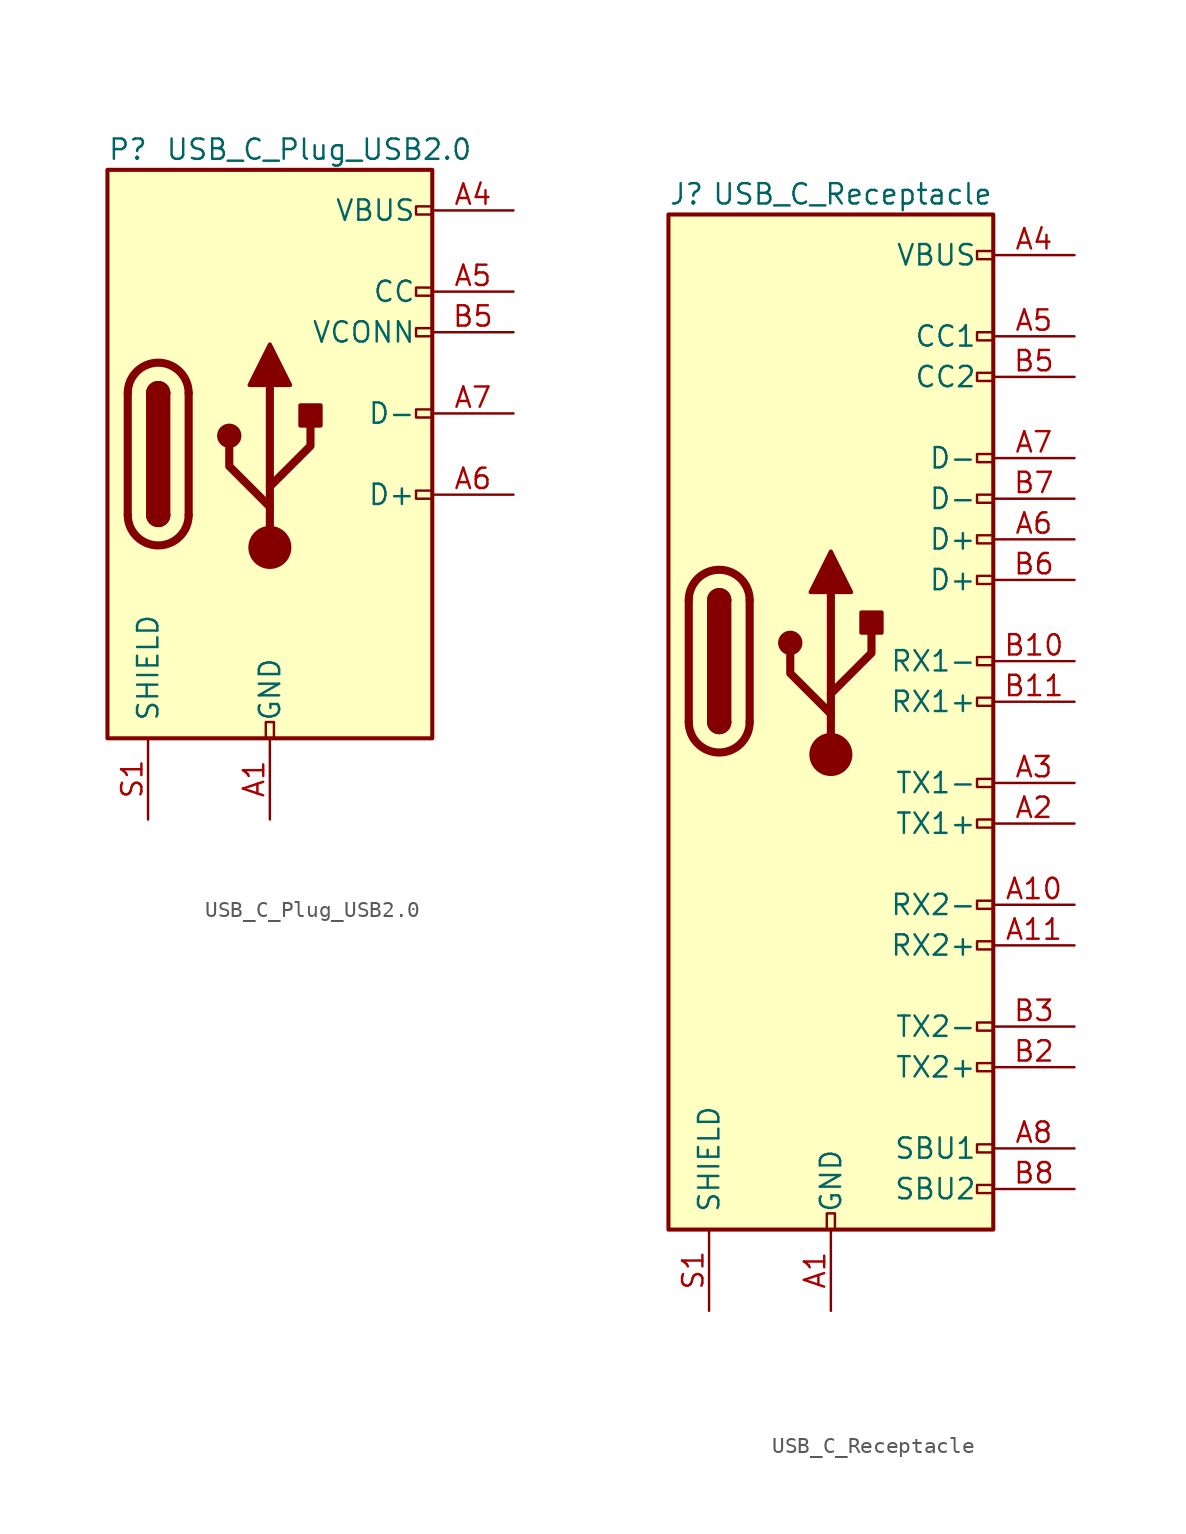
<source format=kicad_sym>
(kicad_symbol_lib
  (version 20210619)
  (generator kicad_symbol_editor)
  (symbol "Connector:USB_C_Plug_USB2.0"
    (pin_names
      (offset 1.016))
    (property "Reference" "P"
      (at -10.16 19.05 0)
      (effects (font (size 1.27 1.27)) (justify left)))
    (property "Value" "USB_C_Plug_USB2.0"
      (at 12.7 19.05 0)
      (effects (font (size 1.27 1.27)) (justify right)))
    (symbol "USB_C_Plug_USB2.0_0_0"
      (rectangle (start -0.254 -17.78) (end 0.254 -16.764) (stroke (width 0)) (fill (type none)))
      (rectangle (start 10.16 -2.286) (end 9.144 -2.794) (stroke (width 0)) (fill (type none)))
      (rectangle (start 10.16 2.794) (end 9.144 2.286) (stroke (width 0)) (fill (type none)))
      (rectangle (start 10.16 7.874) (end 9.144 7.366) (stroke (width 0)) (fill (type none)))
      (rectangle (start 10.16 10.414) (end 9.144 9.906) (stroke (width 0)) (fill (type none)))
      (rectangle (start 10.16 15.494) (end 9.144 14.986) (stroke (width 0)) (fill (type none))))
    (symbol "USB_C_Plug_USB2.0_0_1"
      (arc (start -8.89 -3.81) (end -5.08 -3.81) (radius (at -6.985 -3.81) (length 1.905) (angles -179.9 -0.1)) (stroke (width 0.508)) (fill (type none)))
      (arc (start -7.62 -3.81) (end -6.35 -3.81) (radius (at -6.985 -3.81) (length 0.635) (angles -179.9 -0.1)) (stroke (width 0.254)) (fill (type none)))
      (arc (start -6.35 3.81) (end -7.62 3.81) (radius (at -6.985 3.81) (length 0.635) (angles 0.1 179.9)) (stroke (width 0.254)) (fill (type none)))
      (arc (start -5.08 3.81) (end -8.89 3.81) (radius (at -6.985 3.81) (length 1.905) (angles 0.1 179.9)) (stroke (width 0.508)) (fill (type none)))
      (arc (start -7.62 -3.81) (end -6.35 -3.81) (radius (at -6.985 -3.81) (length 0.635) (angles -179.9 -0.1)) (stroke (width 0.254)) (fill (type outline)))
      (arc (start -6.35 3.81) (end -7.62 3.81) (radius (at -6.985 3.81) (length 0.635) (angles 0.1 179.9)) (stroke (width 0.254)) (fill (type outline)))
      (circle (center -2.54 1.143) (radius 0.635) (stroke (width 0.254)) (fill (type outline)))
      (circle (center 0 -5.842) (radius 1.27) (stroke (width 0)) (fill (type outline)))
      (rectangle (start -7.62 -3.81) (end -6.35 3.81) (stroke (width 0.254)) (fill (type outline)))
      (rectangle (start 1.905 1.778) (end 3.175 3.048) (stroke (width 0.254)) (fill (type outline)))
      (rectangle (start -10.16 17.78) (end 10.16 -17.78) (stroke (width 0.254)) (fill (type background)))
      (polyline (pts (xy -8.89 -3.81) (xy -8.89 3.81)) (stroke (width 0.508)) (fill (type none)))
      (polyline (pts (xy -5.08 3.81) (xy -5.08 -3.81)) (stroke (width 0.508)) (fill (type none)))
      (polyline (pts (xy 0 -5.842) (xy 0 4.318)) (stroke (width 0.508)) (fill (type none)))
      (polyline (pts (xy 0 -3.302) (xy -2.54 -0.762) (xy -2.54 0.508)) (stroke (width 0.508)) (fill (type none)))
      (polyline (pts (xy 0 -2.032) (xy 2.54 0.508) (xy 2.54 1.778)) (stroke (width 0.508)) (fill (type none)))
      (polyline (pts (xy -1.27 4.318) (xy 0 6.858) (xy 1.27 4.318) (xy -1.27 4.318)) (stroke (width 0.254)) (fill (type outline))))
    (symbol "USB_C_Plug_USB2.0_1_1"
      (pin power_in line (at 0 -22.86 90) (length 5.08) (name "GND" (effects (font (size 1.27 1.27)))) (number "A1" (effects (font (size 1.27 1.27)))))
      (pin passive line (at 0 -22.86 90) (length 5.08) hide (name "GND" (effects (font (size 1.27 1.27)))) (number "A12" (effects (font (size 1.27 1.27)))))
      (pin power_in line (at 15.24 15.24 180) (length 5.08) (name "VBUS" (effects (font (size 1.27 1.27)))) (number "A4" (effects (font (size 1.27 1.27)))))
      (pin bidirectional line (at 15.24 10.16 180) (length 5.08) (name "CC" (effects (font (size 1.27 1.27)))) (number "A5" (effects (font (size 1.27 1.27)))))
      (pin bidirectional line (at 15.24 -2.54 180) (length 5.08) (name "D+" (effects (font (size 1.27 1.27)))) (number "A6" (effects (font (size 1.27 1.27)))))
      (pin bidirectional line (at 15.24 2.54 180) (length 5.08) (name "D-" (effects (font (size 1.27 1.27)))) (number "A7" (effects (font (size 1.27 1.27)))))
      (pin passive line (at 15.24 15.24 180) (length 5.08) hide (name "VBUS" (effects (font (size 1.27 1.27)))) (number "A9" (effects (font (size 1.27 1.27)))))
      (pin passive line (at 0 -22.86 90) (length 5.08) hide (name "GND" (effects (font (size 1.27 1.27)))) (number "B1" (effects (font (size 1.27 1.27)))))
      (pin passive line (at 0 -22.86 90) (length 5.08) hide (name "GND" (effects (font (size 1.27 1.27)))) (number "B12" (effects (font (size 1.27 1.27)))))
      (pin passive line (at 15.24 15.24 180) (length 5.08) hide (name "VBUS" (effects (font (size 1.27 1.27)))) (number "B4" (effects (font (size 1.27 1.27)))))
      (pin bidirectional line (at 15.24 7.62 180) (length 5.08) (name "VCONN" (effects (font (size 1.27 1.27)))) (number "B5" (effects (font (size 1.27 1.27)))))
      (pin passive line (at 15.24 15.24 180) (length 5.08) hide (name "VBUS" (effects (font (size 1.27 1.27)))) (number "B9" (effects (font (size 1.27 1.27)))))
      (pin passive line (at -7.62 -22.86 90) (length 5.08) (name "SHIELD" (effects (font (size 1.27 1.27)))) (number "S1" (effects (font (size 1.27 1.27)))))))
  (symbol "Connector:USB_C_Receptacle"
    (pin_names
      (offset 1.016))
    (property "Reference" "J"
      (at -10.16 29.21 0)
      (effects (font (size 1.27 1.27)) (justify left)))
    (property "Value" "USB_C_Receptacle"
      (at 10.16 29.21 0)
      (effects (font (size 1.27 1.27)) (justify right)))
    (symbol "USB_C_Receptacle_0_0"
      (rectangle (start -0.254 -35.56) (end 0.254 -34.544) (stroke (width 0)) (fill (type none)))
      (rectangle (start 10.16 -32.766) (end 9.144 -33.274) (stroke (width 0)) (fill (type none)))
      (rectangle (start 10.16 -30.226) (end 9.144 -30.734) (stroke (width 0)) (fill (type none)))
      (rectangle (start 10.16 -25.146) (end 9.144 -25.654) (stroke (width 0)) (fill (type none)))
      (rectangle (start 10.16 -22.606) (end 9.144 -23.114) (stroke (width 0)) (fill (type none)))
      (rectangle (start 10.16 -17.526) (end 9.144 -18.034) (stroke (width 0)) (fill (type none)))
      (rectangle (start 10.16 -14.986) (end 9.144 -15.494) (stroke (width 0)) (fill (type none)))
      (rectangle (start 10.16 -9.906) (end 9.144 -10.414) (stroke (width 0)) (fill (type none)))
      (rectangle (start 10.16 -7.366) (end 9.144 -7.874) (stroke (width 0)) (fill (type none)))
      (rectangle (start 10.16 -2.286) (end 9.144 -2.794) (stroke (width 0)) (fill (type none)))
      (rectangle (start 10.16 0.254) (end 9.144 -0.254) (stroke (width 0)) (fill (type none)))
      (rectangle (start 10.16 5.334) (end 9.144 4.826) (stroke (width 0)) (fill (type none)))
      (rectangle (start 10.16 7.874) (end 9.144 7.366) (stroke (width 0)) (fill (type none)))
      (rectangle (start 10.16 10.414) (end 9.144 9.906) (stroke (width 0)) (fill (type none)))
      (rectangle (start 10.16 12.954) (end 9.144 12.446) (stroke (width 0)) (fill (type none)))
      (rectangle (start 10.16 18.034) (end 9.144 17.526) (stroke (width 0)) (fill (type none)))
      (rectangle (start 10.16 20.574) (end 9.144 20.066) (stroke (width 0)) (fill (type none)))
      (rectangle (start 10.16 25.654) (end 9.144 25.146) (stroke (width 0)) (fill (type none))))
    (symbol "USB_C_Receptacle_0_1"
      (arc (start -8.89 -3.81) (end -5.08 -3.81) (radius (at -6.985 -3.81) (length 1.905) (angles -179.9 -0.1)) (stroke (width 0.508)) (fill (type none)))
      (arc (start -7.62 -3.81) (end -6.35 -3.81) (radius (at -6.985 -3.81) (length 0.635) (angles -179.9 -0.1)) (stroke (width 0.254)) (fill (type none)))
      (arc (start -6.35 3.81) (end -7.62 3.81) (radius (at -6.985 3.81) (length 0.635) (angles 0.1 179.9)) (stroke (width 0.254)) (fill (type none)))
      (arc (start -5.08 3.81) (end -8.89 3.81) (radius (at -6.985 3.81) (length 1.905) (angles 0.1 179.9)) (stroke (width 0.508)) (fill (type none)))
      (arc (start -7.62 -3.81) (end -6.35 -3.81) (radius (at -6.985 -3.81) (length 0.635) (angles -179.9 -0.1)) (stroke (width 0.254)) (fill (type outline)))
      (arc (start -6.35 3.81) (end -7.62 3.81) (radius (at -6.985 3.81) (length 0.635) (angles 0.1 179.9)) (stroke (width 0.254)) (fill (type outline)))
      (rectangle (start -7.62 -3.81) (end -6.35 3.81) (stroke (width 0.254)) (fill (type outline)))
      (rectangle (start -10.16 27.94) (end 10.16 -35.56) (stroke (width 0.254)) (fill (type background)))
      (polyline (pts (xy -8.89 -3.81) (xy -8.89 3.81)) (stroke (width 0.508)) (fill (type none)))
      (polyline (pts (xy -5.08 3.81) (xy -5.08 -3.81)) (stroke (width 0.508)) (fill (type none))))
    (symbol "USB_C_Receptacle_1_1"
      (circle (center -2.54 1.143) (radius 0.635) (stroke (width 0.254)) (fill (type outline)))
      (circle (center 0 -5.842) (radius 1.27) (stroke (width 0)) (fill (type outline)))
      (rectangle (start 1.905 1.778) (end 3.175 3.048) (stroke (width 0.254)) (fill (type outline)))
      (polyline (pts (xy 0 -5.842) (xy 0 4.318)) (stroke (width 0.508)) (fill (type none)))
      (polyline (pts (xy 0 -3.302) (xy -2.54 -0.762) (xy -2.54 0.508)) (stroke (width 0.508)) (fill (type none)))
      (polyline (pts (xy 0 -2.032) (xy 2.54 0.508) (xy 2.54 1.778)) (stroke (width 0.508)) (fill (type none)))
      (polyline (pts (xy -1.27 4.318) (xy 0 6.858) (xy 1.27 4.318) (xy -1.27 4.318)) (stroke (width 0.254)) (fill (type outline)))
      (pin power_in line (at 0 -40.64 90) (length 5.08) (name "GND" (effects (font (size 1.27 1.27)))) (number "A1" (effects (font (size 1.27 1.27)))))
      (pin bidirectional line (at 15.24 -15.24 180) (length 5.08) (name "RX2-" (effects (font (size 1.27 1.27)))) (number "A10" (effects (font (size 1.27 1.27)))))
      (pin bidirectional line (at 15.24 -17.78 180) (length 5.08) (name "RX2+" (effects (font (size 1.27 1.27)))) (number "A11" (effects (font (size 1.27 1.27)))))
      (pin passive line (at 0 -40.64 90) (length 5.08) hide (name "GND" (effects (font (size 1.27 1.27)))) (number "A12" (effects (font (size 1.27 1.27)))))
      (pin bidirectional line (at 15.24 -10.16 180) (length 5.08) (name "TX1+" (effects (font (size 1.27 1.27)))) (number "A2" (effects (font (size 1.27 1.27)))))
      (pin bidirectional line (at 15.24 -7.62 180) (length 5.08) (name "TX1-" (effects (font (size 1.27 1.27)))) (number "A3" (effects (font (size 1.27 1.27)))))
      (pin power_in line (at 15.24 25.4 180) (length 5.08) (name "VBUS" (effects (font (size 1.27 1.27)))) (number "A4" (effects (font (size 1.27 1.27)))))
      (pin bidirectional line (at 15.24 20.32 180) (length 5.08) (name "CC1" (effects (font (size 1.27 1.27)))) (number "A5" (effects (font (size 1.27 1.27)))))
      (pin bidirectional line (at 15.24 7.62 180) (length 5.08) (name "D+" (effects (font (size 1.27 1.27)))) (number "A6" (effects (font (size 1.27 1.27)))))
      (pin bidirectional line (at 15.24 12.7 180) (length 5.08) (name "D-" (effects (font (size 1.27 1.27)))) (number "A7" (effects (font (size 1.27 1.27)))))
      (pin bidirectional line (at 15.24 -30.48 180) (length 5.08) (name "SBU1" (effects (font (size 1.27 1.27)))) (number "A8" (effects (font (size 1.27 1.27)))))
      (pin passive line (at 15.24 25.4 180) (length 5.08) hide (name "VBUS" (effects (font (size 1.27 1.27)))) (number "A9" (effects (font (size 1.27 1.27)))))
      (pin passive line (at 0 -40.64 90) (length 5.08) hide (name "GND" (effects (font (size 1.27 1.27)))) (number "B1" (effects (font (size 1.27 1.27)))))
      (pin bidirectional line (at 15.24 0 180) (length 5.08) (name "RX1-" (effects (font (size 1.27 1.27)))) (number "B10" (effects (font (size 1.27 1.27)))))
      (pin bidirectional line (at 15.24 -2.54 180) (length 5.08) (name "RX1+" (effects (font (size 1.27 1.27)))) (number "B11" (effects (font (size 1.27 1.27)))))
      (pin passive line (at 0 -40.64 90) (length 5.08) hide (name "GND" (effects (font (size 1.27 1.27)))) (number "B12" (effects (font (size 1.27 1.27)))))
      (pin bidirectional line (at 15.24 -25.4 180) (length 5.08) (name "TX2+" (effects (font (size 1.27 1.27)))) (number "B2" (effects (font (size 1.27 1.27)))))
      (pin bidirectional line (at 15.24 -22.86 180) (length 5.08) (name "TX2-" (effects (font (size 1.27 1.27)))) (number "B3" (effects (font (size 1.27 1.27)))))
      (pin passive line (at 15.24 25.4 180) (length 5.08) hide (name "VBUS" (effects (font (size 1.27 1.27)))) (number "B4" (effects (font (size 1.27 1.27)))))
      (pin bidirectional line (at 15.24 17.78 180) (length 5.08) (name "CC2" (effects (font (size 1.27 1.27)))) (number "B5" (effects (font (size 1.27 1.27)))))
      (pin bidirectional line (at 15.24 5.08 180) (length 5.08) (name "D+" (effects (font (size 1.27 1.27)))) (number "B6" (effects (font (size 1.27 1.27)))))
      (pin bidirectional line (at 15.24 10.16 180) (length 5.08) (name "D-" (effects (font (size 1.27 1.27)))) (number "B7" (effects (font (size 1.27 1.27)))))
      (pin bidirectional line (at 15.24 -33.02 180) (length 5.08) (name "SBU2" (effects (font (size 1.27 1.27)))) (number "B8" (effects (font (size 1.27 1.27)))))
      (pin passive line (at 15.24 25.4 180) (length 5.08) hide (name "VBUS" (effects (font (size 1.27 1.27)))) (number "B9" (effects (font (size 1.27 1.27)))))
      (pin passive line (at -7.62 -40.64 90) (length 5.08) (name "SHIELD" (effects (font (size 1.27 1.27)))) (number "S1" (effects (font (size 1.27 1.27))))))))
</source>
